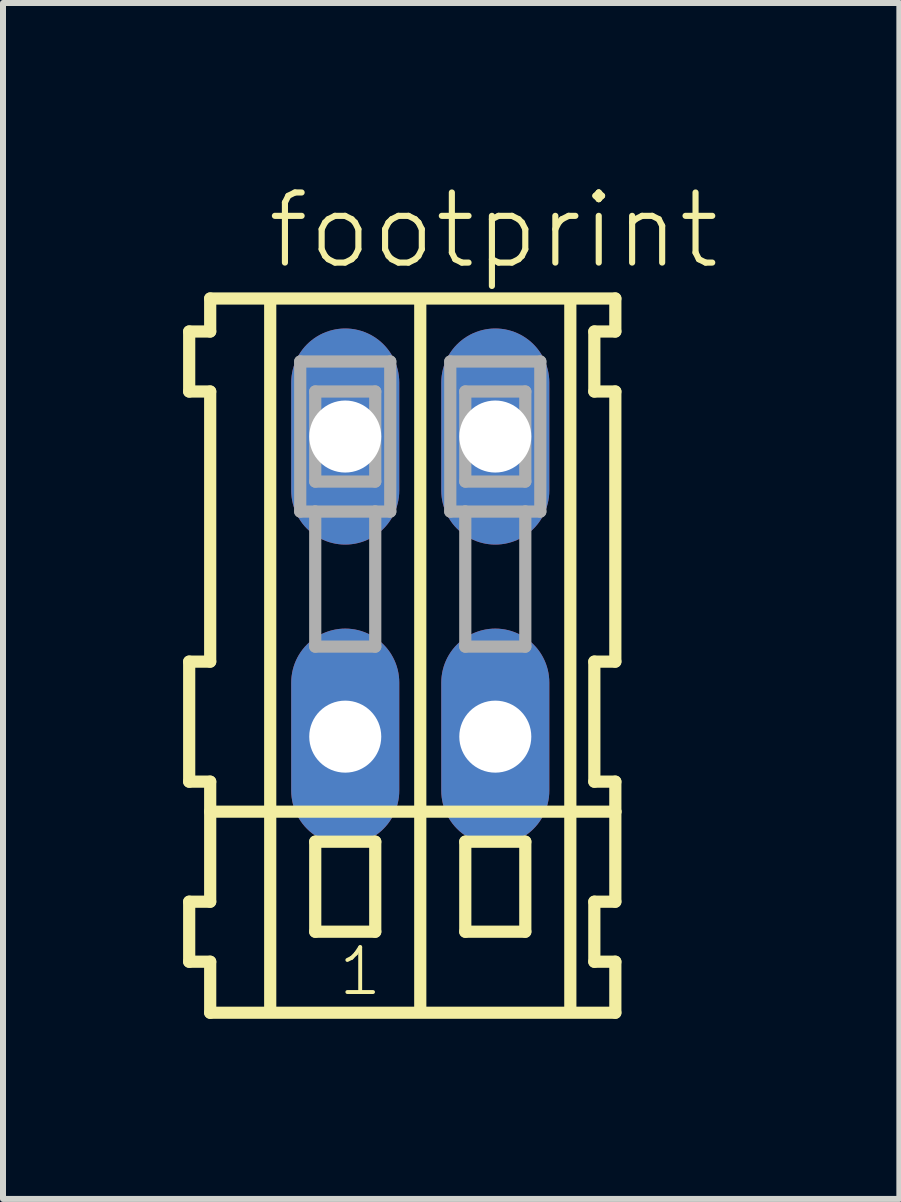
<source format=kicad_pcb>
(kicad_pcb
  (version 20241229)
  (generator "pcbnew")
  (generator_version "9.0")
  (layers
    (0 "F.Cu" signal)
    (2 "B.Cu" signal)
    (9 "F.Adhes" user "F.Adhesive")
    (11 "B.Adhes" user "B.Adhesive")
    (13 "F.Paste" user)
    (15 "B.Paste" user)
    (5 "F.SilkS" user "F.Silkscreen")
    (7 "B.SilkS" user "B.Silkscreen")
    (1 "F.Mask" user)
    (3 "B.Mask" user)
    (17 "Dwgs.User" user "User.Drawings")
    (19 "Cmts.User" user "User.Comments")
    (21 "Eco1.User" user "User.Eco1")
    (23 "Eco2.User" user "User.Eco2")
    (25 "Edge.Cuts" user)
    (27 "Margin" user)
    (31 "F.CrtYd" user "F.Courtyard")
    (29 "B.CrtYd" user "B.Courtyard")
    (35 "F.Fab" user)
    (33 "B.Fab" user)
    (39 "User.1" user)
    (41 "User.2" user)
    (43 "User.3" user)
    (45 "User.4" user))
  (footprint "footprint"
    (layer "F.Cu")
    (at 3.952 6.723)
    (property "Reference" "footprint" (at -2.6 -5.25 0) (layer "F.SilkS") (effects (font (size 1.168 1.168) (thickness 0.102)) (justify left bottom)))
    (fp_line (start -3.85 -4.25) (end -3.85 -3.25) (stroke (width 0.203) (type solid)) (layer "F.SilkS"))
    (fp_line (start -3.85 -3.25) (end -3.5 -3.25) (stroke (width 0.203) (type solid)) (layer "F.SilkS"))
    (fp_line (start -3.85 1.25) (end -3.85 3.25) (stroke (width 0.203) (type solid)) (layer "F.SilkS"))
    (fp_line (start -3.85 3.25) (end -3.5 3.25) (stroke (width 0.203) (type solid)) (layer "F.SilkS"))
    (fp_line (start -3.85 5.25) (end -3.85 6.25) (stroke (width 0.203) (type solid)) (layer "F.SilkS"))
    (fp_line (start -3.85 6.25) (end -3.5 6.25) (stroke (width 0.203) (type solid)) (layer "F.SilkS"))
    (fp_line (start -3.5 -4.8) (end -3.5 -4.25) (stroke (width 0.203) (type solid)) (layer "F.SilkS"))
    (fp_line (start -3.5 -4.25) (end -3.85 -4.25) (stroke (width 0.203) (type solid)) (layer "F.SilkS"))
    (fp_line (start -3.5 -3.25) (end -3.5 1.25) (stroke (width 0.203) (type solid)) (layer "F.SilkS"))
    (fp_line (start -3.5 1.25) (end -3.85 1.25) (stroke (width 0.203) (type solid)) (layer "F.SilkS"))
    (fp_line (start -3.5 3.25) (end -3.5 5.25) (stroke (width 0.203) (type solid)) (layer "F.SilkS"))
    (fp_line (start -3.5 3.75) (end 3.25 3.75) (stroke (width 0.203) (type solid)) (layer "F.SilkS"))
    (fp_line (start -3.5 5.25) (end -3.85 5.25) (stroke (width 0.203) (type solid)) (layer "F.SilkS"))
    (fp_line (start -3.5 6.25) (end -3.5 7.1) (stroke (width 0.203) (type solid)) (layer "F.SilkS"))
    (fp_line (start -3.5 7.1) (end 3.25 7.1) (stroke (width 0.203) (type solid)) (layer "F.SilkS"))
    (fp_line (start -2.5 -4.75) (end -2.5 7) (stroke (width 0.203) (type solid)) (layer "F.SilkS"))
    (fp_line (start -1.75 4.25) (end -1.75 5.75) (stroke (width 0.203) (type solid)) (layer "F.SilkS"))
    (fp_line (start -1.75 5.75) (end -0.75 5.75) (stroke (width 0.203) (type solid)) (layer "F.SilkS"))
    (fp_line (start -0.75 4.25) (end -1.75 4.25) (stroke (width 0.203) (type solid)) (layer "F.SilkS"))
    (fp_line (start -0.75 5.75) (end -0.75 4.25) (stroke (width 0.203) (type solid)) (layer "F.SilkS"))
    (fp_line (start 0 -4.75) (end 0 7) (stroke (width 0.203) (type solid)) (layer "F.SilkS"))
    (fp_line (start 0.75 4.25) (end 0.75 5.75) (stroke (width 0.203) (type solid)) (layer "F.SilkS"))
    (fp_line (start 0.75 5.75) (end 1.75 5.75) (stroke (width 0.203) (type solid)) (layer "F.SilkS"))
    (fp_line (start 1.75 4.25) (end 0.75 4.25) (stroke (width 0.203) (type solid)) (layer "F.SilkS"))
    (fp_line (start 1.75 5.75) (end 1.75 4.25) (stroke (width 0.203) (type solid)) (layer "F.SilkS"))
    (fp_line (start 2.5 -4.75) (end 2.5 7) (stroke (width 0.203) (type solid)) (layer "F.SilkS"))
    (fp_line (start 2.9 -4.25) (end 2.9 -3.25) (stroke (width 0.203) (type solid)) (layer "F.SilkS"))
    (fp_line (start 2.9 -3.25) (end 3.25 -3.25) (stroke (width 0.203) (type solid)) (layer "F.SilkS"))
    (fp_line (start 2.9 1.25) (end 2.9 3.25) (stroke (width 0.203) (type solid)) (layer "F.SilkS"))
    (fp_line (start 2.9 3.25) (end 3.25 3.25) (stroke (width 0.203) (type solid)) (layer "F.SilkS"))
    (fp_line (start 2.9 5.25) (end 2.9 6.25) (stroke (width 0.203) (type solid)) (layer "F.SilkS"))
    (fp_line (start 2.9 6.25) (end 3.25 6.25) (stroke (width 0.203) (type solid)) (layer "F.SilkS"))
    (fp_line (start 3.25 -4.8) (end -3.5 -4.8) (stroke (width 0.203) (type solid)) (layer "F.SilkS"))
    (fp_line (start 3.25 -4.25) (end 2.9 -4.25) (stroke (width 0.203) (type solid)) (layer "F.SilkS"))
    (fp_line (start 3.25 -4.25) (end 3.25 -4.8) (stroke (width 0.203) (type solid)) (layer "F.SilkS"))
    (fp_line (start 3.25 1.25) (end 2.9 1.25) (stroke (width 0.203) (type solid)) (layer "F.SilkS"))
    (fp_line (start 3.25 1.25) (end 3.25 -3.25) (stroke (width 0.203) (type solid)) (layer "F.SilkS"))
    (fp_line (start 3.25 3.75) (end 3.25 3.25) (stroke (width 0.203) (type solid)) (layer "F.SilkS"))
    (fp_line (start 3.25 5.25) (end 2.9 5.25) (stroke (width 0.203) (type solid)) (layer "F.SilkS"))
    (fp_line (start 3.25 5.25) (end 3.25 3.75) (stroke (width 0.203) (type solid)) (layer "F.SilkS"))
    (fp_line (start 3.25 7.1) (end 3.25 6.25) (stroke (width 0.203) (type solid)) (layer "F.SilkS"))
    (fp_line (start -2 -3.75) (end -2 -1.25) (stroke (width 0.203) (type solid)) (layer "F.Fab"))
    (fp_line (start -2 -1.25) (end -1.75 -1.25) (stroke (width 0.203) (type solid)) (layer "F.Fab"))
    (fp_line (start -1.75 -3.25) (end -1.75 -1.75) (stroke (width 0.203) (type solid)) (layer "F.Fab"))
    (fp_line (start -1.75 -1.75) (end -0.75 -1.75) (stroke (width 0.203) (type solid)) (layer "F.Fab"))
    (fp_line (start -1.75 -1.25) (end -1.75 1) (stroke (width 0.203) (type solid)) (layer "F.Fab"))
    (fp_line (start -1.75 -1.25) (end -0.75 -1.25) (stroke (width 0.203) (type solid)) (layer "F.Fab"))
    (fp_line (start -1.75 1) (end -0.75 1) (stroke (width 0.203) (type solid)) (layer "F.Fab"))
    (fp_line (start -0.75 -3.25) (end -1.75 -3.25) (stroke (width 0.203) (type solid)) (layer "F.Fab"))
    (fp_line (start -0.75 -1.75) (end -0.75 -3.25) (stroke (width 0.203) (type solid)) (layer "F.Fab"))
    (fp_line (start -0.75 -1.25) (end -0.5 -1.25) (stroke (width 0.203) (type solid)) (layer "F.Fab"))
    (fp_line (start -0.75 1) (end -0.75 -1.25) (stroke (width 0.203) (type solid)) (layer "F.Fab"))
    (fp_line (start -0.5 -3.75) (end -2 -3.75) (stroke (width 0.203) (type solid)) (layer "F.Fab"))
    (fp_line (start -0.5 -1.25) (end -0.5 -3.75) (stroke (width 0.203) (type solid)) (layer "F.Fab"))
    (fp_line (start 0.5 -3.75) (end 0.5 -1.25) (stroke (width 0.203) (type solid)) (layer "F.Fab"))
    (fp_line (start 0.5 -1.25) (end 0.75 -1.25) (stroke (width 0.203) (type solid)) (layer "F.Fab"))
    (fp_line (start 0.75 -3.25) (end 0.75 -1.75) (stroke (width 0.203) (type solid)) (layer "F.Fab"))
    (fp_line (start 0.75 -1.75) (end 1.75 -1.75) (stroke (width 0.203) (type solid)) (layer "F.Fab"))
    (fp_line (start 0.75 -1.25) (end 0.75 1) (stroke (width 0.203) (type solid)) (layer "F.Fab"))
    (fp_line (start 0.75 -1.25) (end 1.75 -1.25) (stroke (width 0.203) (type solid)) (layer "F.Fab"))
    (fp_line (start 0.75 1) (end 1.75 1) (stroke (width 0.203) (type solid)) (layer "F.Fab"))
    (fp_line (start 1.75 -3.25) (end 0.75 -3.25) (stroke (width 0.203) (type solid)) (layer "F.Fab"))
    (fp_line (start 1.75 -1.75) (end 1.75 -3.25) (stroke (width 0.203) (type solid)) (layer "F.Fab"))
    (fp_line (start 1.75 -1.25) (end 2 -1.25) (stroke (width 0.203) (type solid)) (layer "F.Fab"))
    (fp_line (start 1.75 1) (end 1.75 -1.25) (stroke (width 0.203) (type solid)) (layer "F.Fab"))
    (fp_line (start 2 -3.75) (end 0.5 -3.75) (stroke (width 0.203) (type solid)) (layer "F.Fab"))
    (fp_line (start 2 -1.25) (end 2 -3.75) (stroke (width 0.203) (type solid)) (layer "F.Fab"))
    (fp_text user "1" (at -1.4 6.85 0) (layer "F.SilkS") (effects (font (size 0.748 0.748) (thickness 0.065)) (justify left bottom)))
    (pad "A1" thru_hole oval (at -1.25 -2.5 90) (size 3.6 1.8) (drill 1.2) (layers "*.Cu" "*.Mask"))
    (pad "A2" thru_hole oval (at 1.25 -2.5 90) (size 3.6 1.8) (drill 1.2) (layers "*.Cu" "*.Mask"))
    (pad "B1" thru_hole oval (at -1.25 2.5 90) (size 3.6 1.8) (drill 1.2) (layers "*.Cu" "*.Mask"))
    (pad "B2" thru_hole oval (at 1.25 2.5 90) (size 3.6 1.8) (drill 1.2) (layers "*.Cu" "*.Mask")))
  (gr_rect
    (start -3 -3)
    (end 11.934 16.925)
    (stroke (width 0.1) (type default))
    (fill no)
    (layer "Edge.Cuts")))
</source>
